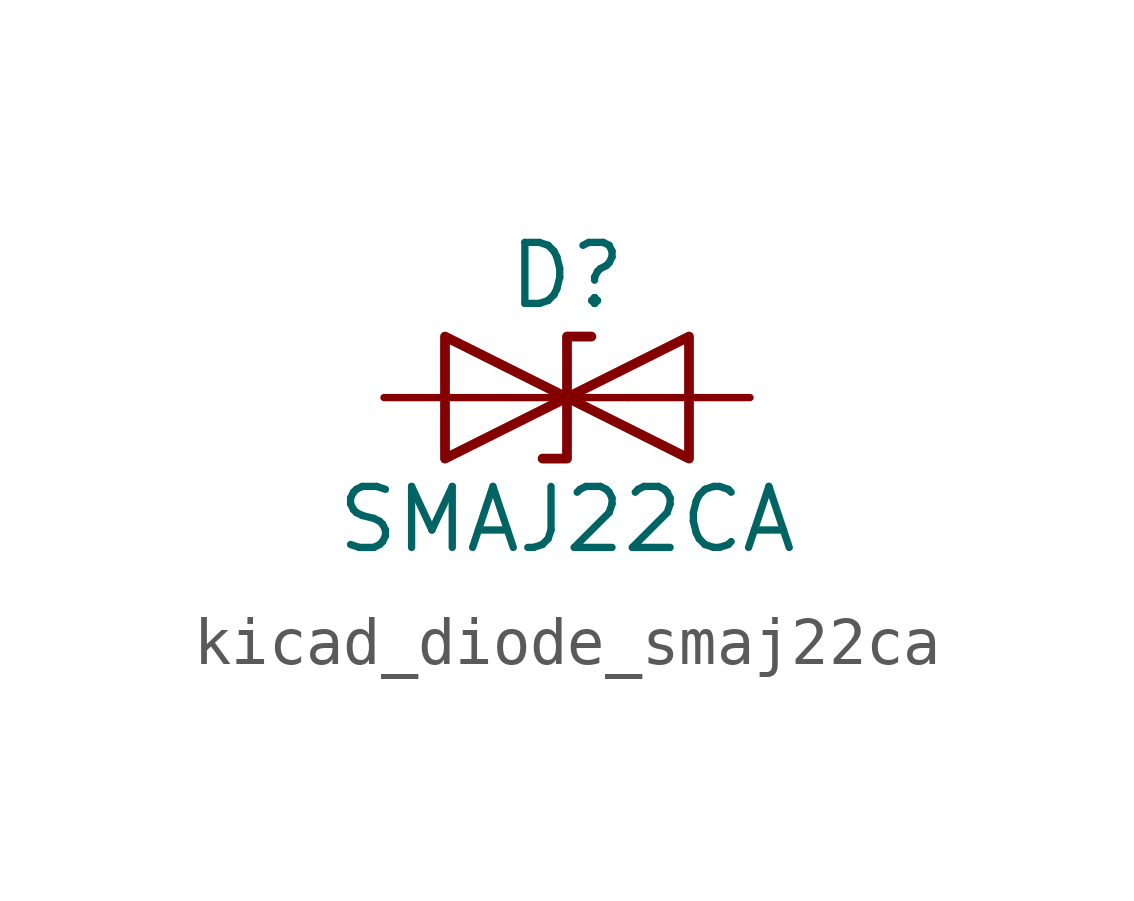
<source format=kicad_sym>
(kicad_symbol_lib
  (version 20220914)
  (generator kicad_symbol_editor)
  (symbol "kicad_diode_smaj22ca"
    (pin_numbers hide)
    (pin_names
      (offset 1.016) hide)
    (property "Reference" "D"
      (at 0 2.54 0)
      (effects (font (size 1.27 1.27))))
    (property "Value" "SMAJ22CA"
      (at 0 -2.54 0)
      (effects (font (size 1.27 1.27))))
    (symbol "kicad_diode_smaj22ca_0_1"
      (polyline (pts (xy 1.27 0) (xy -1.27 0)) (stroke (width 0) (type default)) (fill (type none)))
      (polyline (pts (xy -2.54 -1.27) (xy 0 0) (xy -2.54 1.27) (xy -2.54 -1.27)) (stroke (width 0.203) (type default)) (fill (type none)))
      (polyline (pts (xy 0.508 1.27) (xy 0 1.27) (xy 0 -1.27) (xy -0.508 -1.27)) (stroke (width 0.203) (type default)) (fill (type none)))
      (polyline (pts (xy 2.54 1.27) (xy 2.54 -1.27) (xy 0 0) (xy 2.54 1.27)) (stroke (width 0.203) (type default)) (fill (type none))))
    (symbol "kicad_diode_smaj22ca_1_1"
      (pin passive line (at -3.81 0 0) (length 2.54) (name "A1" (effects (font (size 1.27 1.27)))) (number "1" (effects (font (size 1.27 1.27)))))
      (pin passive line (at 3.81 0 180) (length 2.54) (name "A2" (effects (font (size 1.27 1.27)))) (number "2" (effects (font (size 1.27 1.27))))))))
</source>
